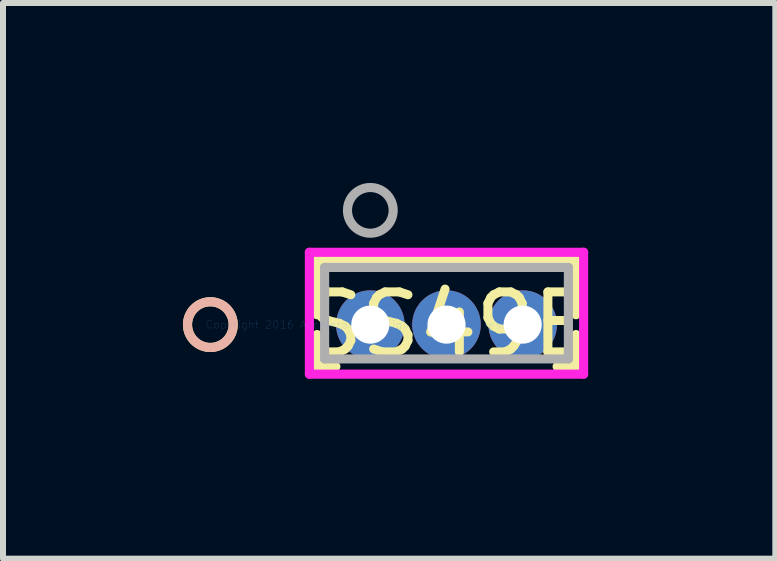
<source format=kicad_pcb>
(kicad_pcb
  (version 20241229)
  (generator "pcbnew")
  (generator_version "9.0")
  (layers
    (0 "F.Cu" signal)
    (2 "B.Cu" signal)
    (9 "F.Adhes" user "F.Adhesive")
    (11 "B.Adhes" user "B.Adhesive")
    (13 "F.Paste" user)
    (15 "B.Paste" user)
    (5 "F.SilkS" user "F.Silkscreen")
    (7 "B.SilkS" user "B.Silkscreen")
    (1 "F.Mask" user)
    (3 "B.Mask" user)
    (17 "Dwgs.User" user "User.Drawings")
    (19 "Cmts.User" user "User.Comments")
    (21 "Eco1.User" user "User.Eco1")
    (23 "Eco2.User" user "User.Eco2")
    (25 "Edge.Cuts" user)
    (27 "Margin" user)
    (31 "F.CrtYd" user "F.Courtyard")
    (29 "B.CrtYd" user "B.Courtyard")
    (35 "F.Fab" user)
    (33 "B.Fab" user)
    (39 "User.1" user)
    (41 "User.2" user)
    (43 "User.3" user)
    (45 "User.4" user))
  (footprint "SS49E"
    (layer "F.Cu")
    (at 3.124 2.362)
    (property "Reference" "SS49E" (at 1.27 0 0) (layer "F.SilkS") (effects (font (size 1 1) (thickness 0.15))))
    (attr through_hole)
    (fp_line (start -0.889 -1.079) (end -0.889 -0.165) (stroke (width 0.152) (type solid)) (layer "F.SilkS"))
    (fp_line (start -0.889 0.165) (end -0.889 0.699) (stroke (width 0.152) (type solid)) (layer "F.SilkS"))
    (fp_line (start -0.889 0.699) (end -0.574 0.699) (stroke (width 0.152) (type solid)) (layer "F.SilkS"))
    (fp_line (start 3.114 0.699) (end 3.429 0.699) (stroke (width 0.152) (type solid)) (layer "F.SilkS"))
    (fp_line (start 3.429 -1.079) (end -0.889 -1.079) (stroke (width 0.152) (type solid)) (layer "F.SilkS"))
    (fp_line (start 3.429 -0.165) (end 3.429 -1.079) (stroke (width 0.152) (type solid)) (layer "F.SilkS"))
    (fp_line (start 3.429 0.699) (end 3.429 0.165) (stroke (width 0.152) (type solid)) (layer "F.SilkS"))
    (fp_circle (center -2.667 0) (end -2.286 0) (stroke (width 0.152) (type solid)) (fill no) (layer "F.SilkS"))
    (fp_circle (center -2.667 0) (end -2.286 0) (stroke (width 0.152) (type solid)) (fill no) (layer "B.SilkS"))
    (fp_line (start -1.016 -1.206) (end -1.016 0.826) (stroke (width 0.152) (type solid)) (layer "F.CrtYd"))
    (fp_line (start -1.016 0.826) (end 3.556 0.826) (stroke (width 0.152) (type solid)) (layer "F.CrtYd"))
    (fp_line (start 3.556 -1.206) (end -1.016 -1.206) (stroke (width 0.152) (type solid)) (layer "F.CrtYd"))
    (fp_line (start 3.556 0.826) (end 3.556 -1.206) (stroke (width 0.152) (type solid)) (layer "F.CrtYd"))
    (fp_line (start -0.762 -0.953) (end -0.762 0.572) (stroke (width 0.152) (type solid)) (layer "F.Fab"))
    (fp_line (start -0.762 0.572) (end 3.302 0.572) (stroke (width 0.152) (type solid)) (layer "F.Fab"))
    (fp_line (start 3.302 -0.953) (end -0.762 -0.953) (stroke (width 0.152) (type solid)) (layer "F.Fab"))
    (fp_line (start 3.302 0.572) (end 3.302 -0.953) (stroke (width 0.152) (type solid)) (layer "F.Fab"))
    (fp_circle (center 0 -1.905) (end 0.381 -1.905) (stroke (width 0.152) (type solid)) (fill no) (layer "F.Fab"))
    (fp_text user "Copyright 2016 Accelerated Designs. All rights reserved." (at 0 0 0) (layer "Cmts.User") (effects (font (size 0.127 0.127) (thickness 0.002))))
    (pad "1" thru_hole circle (at 0 0) (size 1.143 1.143) (drill 0.635) (layers "*.Cu" "*.Mask"))
    (pad "2" thru_hole circle (at 1.27 0) (size 1.143 1.143) (drill 0.635) (layers "*.Cu" "*.Mask"))
    (pad "3" thru_hole circle (at 2.54 0) (size 1.143 1.143) (drill 0.635) (layers "*.Cu" "*.Mask")))
  (gr_rect
    (start -3 -3)
    (end 9.876 6.264)
    (stroke (width 0.1) (type default))
    (fill no)
    (layer "Edge.Cuts")))
</source>
